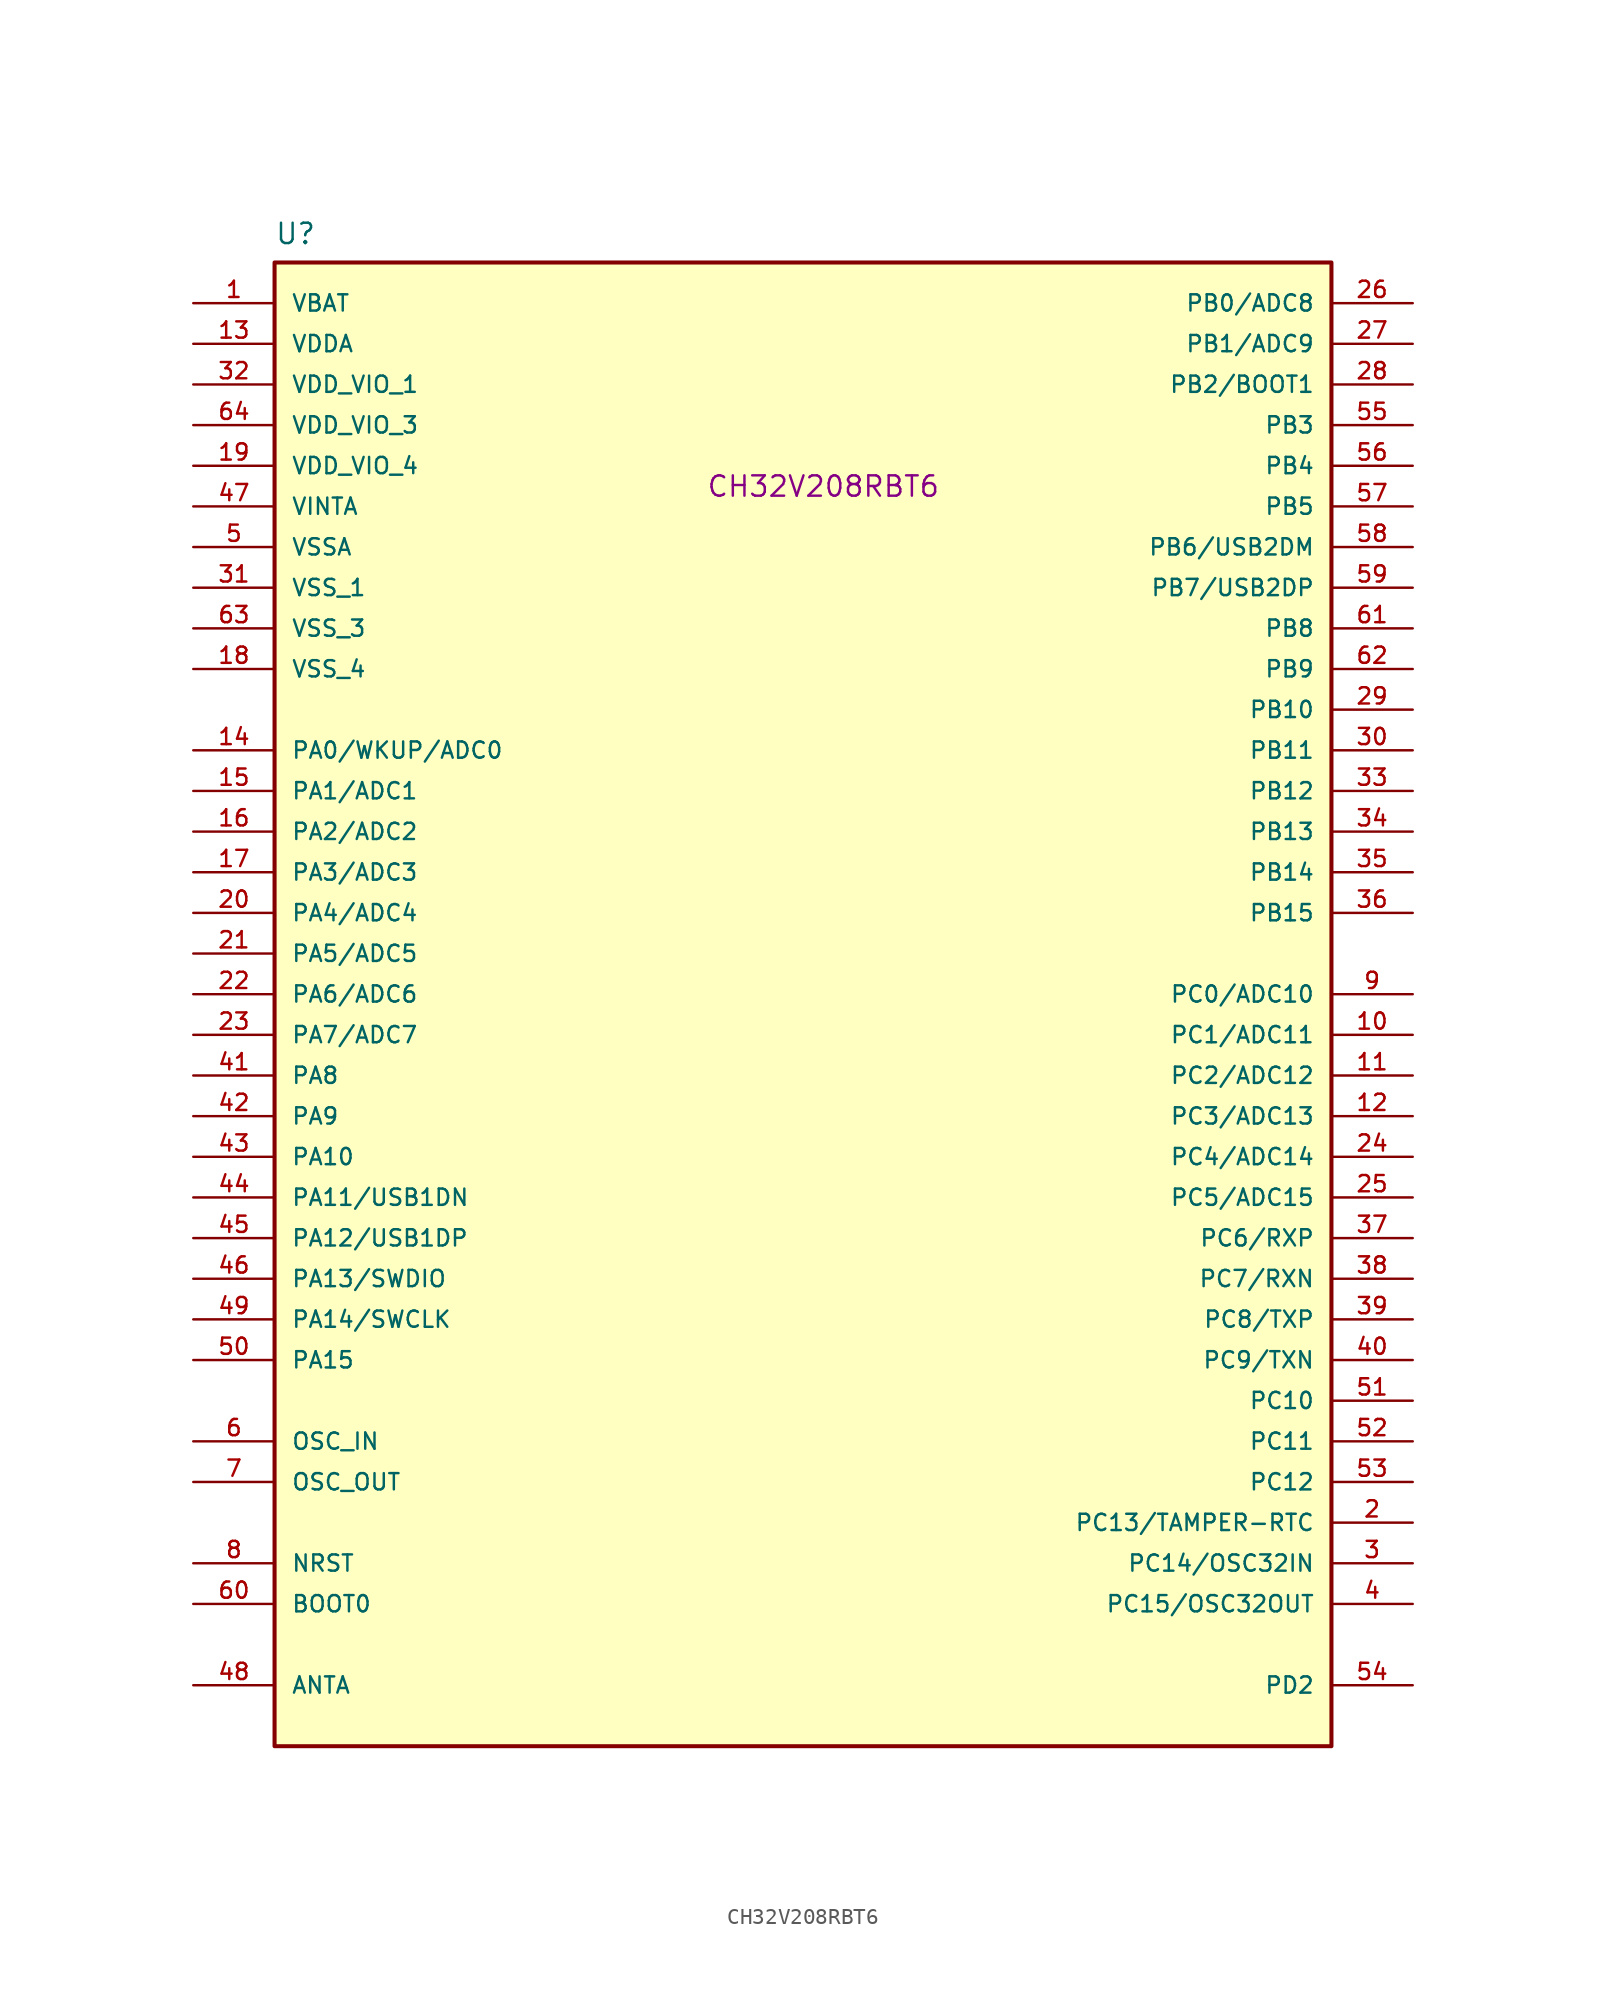
<source format=kicad_sym>
(kicad_symbol_lib
  (version 20241209)
  (generator "kicad_symbol_editor")
  (generator_version "9.0")
  (symbol "CH32V208RBT6"
    (pin_names
      (offset 1.016))
    (property "Reference" "U"
      (at -33.02 22.86 0)
      (effects (font (size 1.27 1.27)) (justify left top)))
    (property "MP" "CH32V208RBT6"
      (at 1.27 5.588 0)
      (effects (font (size 1.27 1.27)) (justify bottom)))
    (symbol "CH32V208RBT6_1_0"
      (rectangle (start -33.02 20.32) (end 33.02 -72.39) (stroke (width 0.254) (type solid)) (fill (type background)))
      (pin power_in line (at -38.1 17.78 0) (length 5.08) (name "VBAT" (effects (font (size 1.016 1.016)))) (number "1" (effects (font (size 1.016 1.016)))))
      (pin power_in line (at -38.1 15.24 0) (length 5.08) (name "VDDA" (effects (font (size 1.016 1.016)))) (number "13" (effects (font (size 1.016 1.016)))))
      (pin power_in line (at -38.1 12.7 0) (length 5.08) (name "VDD_VIO_1" (effects (font (size 1.016 1.016)))) (number "32" (effects (font (size 1.016 1.016)))))
      (pin power_in line (at -38.1 10.16 0) (length 5.08) (name "VDD_VIO_3" (effects (font (size 1.016 1.016)))) (number "64" (effects (font (size 1.016 1.016)))))
      (pin power_in line (at -38.1 7.62 0) (length 5.08) (name "VDD_VIO_4" (effects (font (size 1.016 1.016)))) (number "19" (effects (font (size 1.016 1.016)))))
      (pin power_in line (at -38.1 5.08 0) (length 5.08) (name "VINTA" (effects (font (size 1.016 1.016)))) (number "47" (effects (font (size 1.016 1.016)))))
      (pin power_in line (at -38.1 2.54 0) (length 5.08) (name "VSSA" (effects (font (size 1.016 1.016)))) (number "5" (effects (font (size 1.016 1.016)))))
      (pin power_in line (at -38.1 0 0) (length 5.08) (name "VSS_1" (effects (font (size 1.016 1.016)))) (number "31" (effects (font (size 1.016 1.016)))))
      (pin power_in line (at -38.1 -2.54 0) (length 5.08) (name "VSS_3" (effects (font (size 1.016 1.016)))) (number "63" (effects (font (size 1.016 1.016)))))
      (pin power_in line (at -38.1 -5.08 0) (length 5.08) (name "VSS_4" (effects (font (size 1.016 1.016)))) (number "18" (effects (font (size 1.016 1.016)))))
      (pin bidirectional line (at -38.1 -10.16 0) (length 5.08) (name "PA0/WKUP/ADC0" (effects (font (size 1.016 1.016)))) (number "14" (effects (font (size 1.016 1.016)))))
      (pin bidirectional line (at -38.1 -12.7 0) (length 5.08) (name "PA1/ADC1" (effects (font (size 1.016 1.016)))) (number "15" (effects (font (size 1.016 1.016)))))
      (pin bidirectional line (at -38.1 -15.24 0) (length 5.08) (name "PA2/ADC2" (effects (font (size 1.016 1.016)))) (number "16" (effects (font (size 1.016 1.016)))))
      (pin bidirectional line (at -38.1 -17.78 0) (length 5.08) (name "PA3/ADC3" (effects (font (size 1.016 1.016)))) (number "17" (effects (font (size 1.016 1.016)))))
      (pin bidirectional line (at -38.1 -20.32 0) (length 5.08) (name "PA4/ADC4" (effects (font (size 1.016 1.016)))) (number "20" (effects (font (size 1.016 1.016)))))
      (pin bidirectional line (at -38.1 -22.86 0) (length 5.08) (name "PA5/ADC5" (effects (font (size 1.016 1.016)))) (number "21" (effects (font (size 1.016 1.016)))))
      (pin bidirectional line (at -38.1 -25.4 0) (length 5.08) (name "PA6/ADC6" (effects (font (size 1.016 1.016)))) (number "22" (effects (font (size 1.016 1.016)))))
      (pin bidirectional line (at -38.1 -27.94 0) (length 5.08) (name "PA7/ADC7" (effects (font (size 1.016 1.016)))) (number "23" (effects (font (size 1.016 1.016)))))
      (pin bidirectional line (at -38.1 -30.48 0) (length 5.08) (name "PA8" (effects (font (size 1.016 1.016)))) (number "41" (effects (font (size 1.016 1.016)))))
      (pin bidirectional line (at -38.1 -33.02 0) (length 5.08) (name "PA9" (effects (font (size 1.016 1.016)))) (number "42" (effects (font (size 1.016 1.016)))))
      (pin bidirectional line (at -38.1 -35.56 0) (length 5.08) (name "PA10" (effects (font (size 1.016 1.016)))) (number "43" (effects (font (size 1.016 1.016)))))
      (pin bidirectional line (at -38.1 -38.1 0) (length 5.08) (name "PA11/USB1DN" (effects (font (size 1.016 1.016)))) (number "44" (effects (font (size 1.016 1.016)))))
      (pin bidirectional line (at -38.1 -40.64 0) (length 5.08) (name "PA12/USB1DP" (effects (font (size 1.016 1.016)))) (number "45" (effects (font (size 1.016 1.016)))))
      (pin bidirectional line (at -38.1 -43.18 0) (length 5.08) (name "PA13/SWDIO" (effects (font (size 1.016 1.016)))) (number "46" (effects (font (size 1.016 1.016)))))
      (pin bidirectional line (at -38.1 -45.72 0) (length 5.08) (name "PA14/SWCLK" (effects (font (size 1.016 1.016)))) (number "49" (effects (font (size 1.016 1.016)))))
      (pin bidirectional line (at -38.1 -48.26 0) (length 5.08) (name "PA15" (effects (font (size 1.016 1.016)))) (number "50" (effects (font (size 1.016 1.016)))))
      (pin bidirectional line (at -38.1 -53.34 0) (length 5.08) (name "OSC_IN" (effects (font (size 1.016 1.016)))) (number "6" (effects (font (size 1.016 1.016)))))
      (pin bidirectional line (at -38.1 -55.88 0) (length 5.08) (name "OSC_OUT" (effects (font (size 1.016 1.016)))) (number "7" (effects (font (size 1.016 1.016)))))
      (pin input line (at -38.1 -60.96 0) (length 5.08) (name "NRST" (effects (font (size 1.016 1.016)))) (number "8" (effects (font (size 1.016 1.016)))))
      (pin input line (at -38.1 -63.5 0) (length 5.08) (name "BOOT0" (effects (font (size 1.016 1.016)))) (number "60" (effects (font (size 1.016 1.016)))))
      (pin bidirectional line (at -38.1 -68.58 0) (length 5.08) (name "ANTA" (effects (font (size 1.016 1.016)))) (number "48" (effects (font (size 1.016 1.016)))))
      (pin bidirectional line (at 38.1 17.78 180) (length 5.08) (name "PB0/ADC8" (effects (font (size 1.016 1.016)))) (number "26" (effects (font (size 1.016 1.016)))))
      (pin bidirectional line (at 38.1 15.24 180) (length 5.08) (name "PB1/ADC9" (effects (font (size 1.016 1.016)))) (number "27" (effects (font (size 1.016 1.016)))))
      (pin bidirectional line (at 38.1 12.7 180) (length 5.08) (name "PB2/BOOT1" (effects (font (size 1.016 1.016)))) (number "28" (effects (font (size 1.016 1.016)))))
      (pin bidirectional line (at 38.1 10.16 180) (length 5.08) (name "PB3" (effects (font (size 1.016 1.016)))) (number "55" (effects (font (size 1.016 1.016)))))
      (pin bidirectional line (at 38.1 7.62 180) (length 5.08) (name "PB4" (effects (font (size 1.016 1.016)))) (number "56" (effects (font (size 1.016 1.016)))))
      (pin bidirectional line (at 38.1 5.08 180) (length 5.08) (name "PB5" (effects (font (size 1.016 1.016)))) (number "57" (effects (font (size 1.016 1.016)))))
      (pin bidirectional line (at 38.1 2.54 180) (length 5.08) (name "PB6/USB2DM" (effects (font (size 1.016 1.016)))) (number "58" (effects (font (size 1.016 1.016)))))
      (pin bidirectional line (at 38.1 0 180) (length 5.08) (name "PB7/USB2DP" (effects (font (size 1.016 1.016)))) (number "59" (effects (font (size 1.016 1.016)))))
      (pin bidirectional line (at 38.1 -2.54 180) (length 5.08) (name "PB8" (effects (font (size 1.016 1.016)))) (number "61" (effects (font (size 1.016 1.016)))))
      (pin bidirectional line (at 38.1 -5.08 180) (length 5.08) (name "PB9" (effects (font (size 1.016 1.016)))) (number "62" (effects (font (size 1.016 1.016)))))
      (pin bidirectional line (at 38.1 -7.62 180) (length 5.08) (name "PB10" (effects (font (size 1.016 1.016)))) (number "29" (effects (font (size 1.016 1.016)))))
      (pin bidirectional line (at 38.1 -10.16 180) (length 5.08) (name "PB11" (effects (font (size 1.016 1.016)))) (number "30" (effects (font (size 1.016 1.016)))))
      (pin bidirectional line (at 38.1 -12.7 180) (length 5.08) (name "PB12" (effects (font (size 1.016 1.016)))) (number "33" (effects (font (size 1.016 1.016)))))
      (pin bidirectional line (at 38.1 -15.24 180) (length 5.08) (name "PB13" (effects (font (size 1.016 1.016)))) (number "34" (effects (font (size 1.016 1.016)))))
      (pin bidirectional line (at 38.1 -17.78 180) (length 5.08) (name "PB14" (effects (font (size 1.016 1.016)))) (number "35" (effects (font (size 1.016 1.016)))))
      (pin bidirectional line (at 38.1 -20.32 180) (length 5.08) (name "PB15" (effects (font (size 1.016 1.016)))) (number "36" (effects (font (size 1.016 1.016)))))
      (pin bidirectional line (at 38.1 -25.4 180) (length 5.08) (name "PC0/ADC10" (effects (font (size 1.016 1.016)))) (number "9" (effects (font (size 1.016 1.016)))))
      (pin bidirectional line (at 38.1 -27.94 180) (length 5.08) (name "PC1/ADC11" (effects (font (size 1.016 1.016)))) (number "10" (effects (font (size 1.016 1.016)))))
      (pin bidirectional line (at 38.1 -30.48 180) (length 5.08) (name "PC2/ADC12" (effects (font (size 1.016 1.016)))) (number "11" (effects (font (size 1.016 1.016)))))
      (pin bidirectional line (at 38.1 -33.02 180) (length 5.08) (name "PC3/ADC13" (effects (font (size 1.016 1.016)))) (number "12" (effects (font (size 1.016 1.016)))))
      (pin bidirectional line (at 38.1 -35.56 180) (length 5.08) (name "PC4/ADC14" (effects (font (size 1.016 1.016)))) (number "24" (effects (font (size 1.016 1.016)))))
      (pin bidirectional line (at 38.1 -38.1 180) (length 5.08) (name "PC5/ADC15" (effects (font (size 1.016 1.016)))) (number "25" (effects (font (size 1.016 1.016)))))
      (pin bidirectional line (at 38.1 -40.64 180) (length 5.08) (name "PC6/RXP" (effects (font (size 1.016 1.016)))) (number "37" (effects (font (size 1.016 1.016)))))
      (pin bidirectional line (at 38.1 -43.18 180) (length 5.08) (name "PC7/RXN" (effects (font (size 1.016 1.016)))) (number "38" (effects (font (size 1.016 1.016)))))
      (pin bidirectional line (at 38.1 -45.72 180) (length 5.08) (name "PC8/TXP" (effects (font (size 1.016 1.016)))) (number "39" (effects (font (size 1.016 1.016)))))
      (pin bidirectional line (at 38.1 -48.26 180) (length 5.08) (name "PC9/TXN" (effects (font (size 1.016 1.016)))) (number "40" (effects (font (size 1.016 1.016)))))
      (pin bidirectional line (at 38.1 -50.8 180) (length 5.08) (name "PC10" (effects (font (size 1.016 1.016)))) (number "51" (effects (font (size 1.016 1.016)))))
      (pin bidirectional line (at 38.1 -53.34 180) (length 5.08) (name "PC11" (effects (font (size 1.016 1.016)))) (number "52" (effects (font (size 1.016 1.016)))))
      (pin bidirectional line (at 38.1 -55.88 180) (length 5.08) (name "PC12" (effects (font (size 1.016 1.016)))) (number "53" (effects (font (size 1.016 1.016)))))
      (pin bidirectional line (at 38.1 -58.42 180) (length 5.08) (name "PC13/TAMPER-RTC" (effects (font (size 1.016 1.016)))) (number "2" (effects (font (size 1.016 1.016)))))
      (pin bidirectional line (at 38.1 -60.96 180) (length 5.08) (name "PC14/OSC32IN" (effects (font (size 1.016 1.016)))) (number "3" (effects (font (size 1.016 1.016)))))
      (pin bidirectional line (at 38.1 -63.5 180) (length 5.08) (name "PC15/OSC32OUT" (effects (font (size 1.016 1.016)))) (number "4" (effects (font (size 1.016 1.016)))))
      (pin bidirectional line (at 38.1 -68.58 180) (length 5.08) (name "PD2" (effects (font (size 1.016 1.016)))) (number "54" (effects (font (size 1.016 1.016))))))))
</source>
